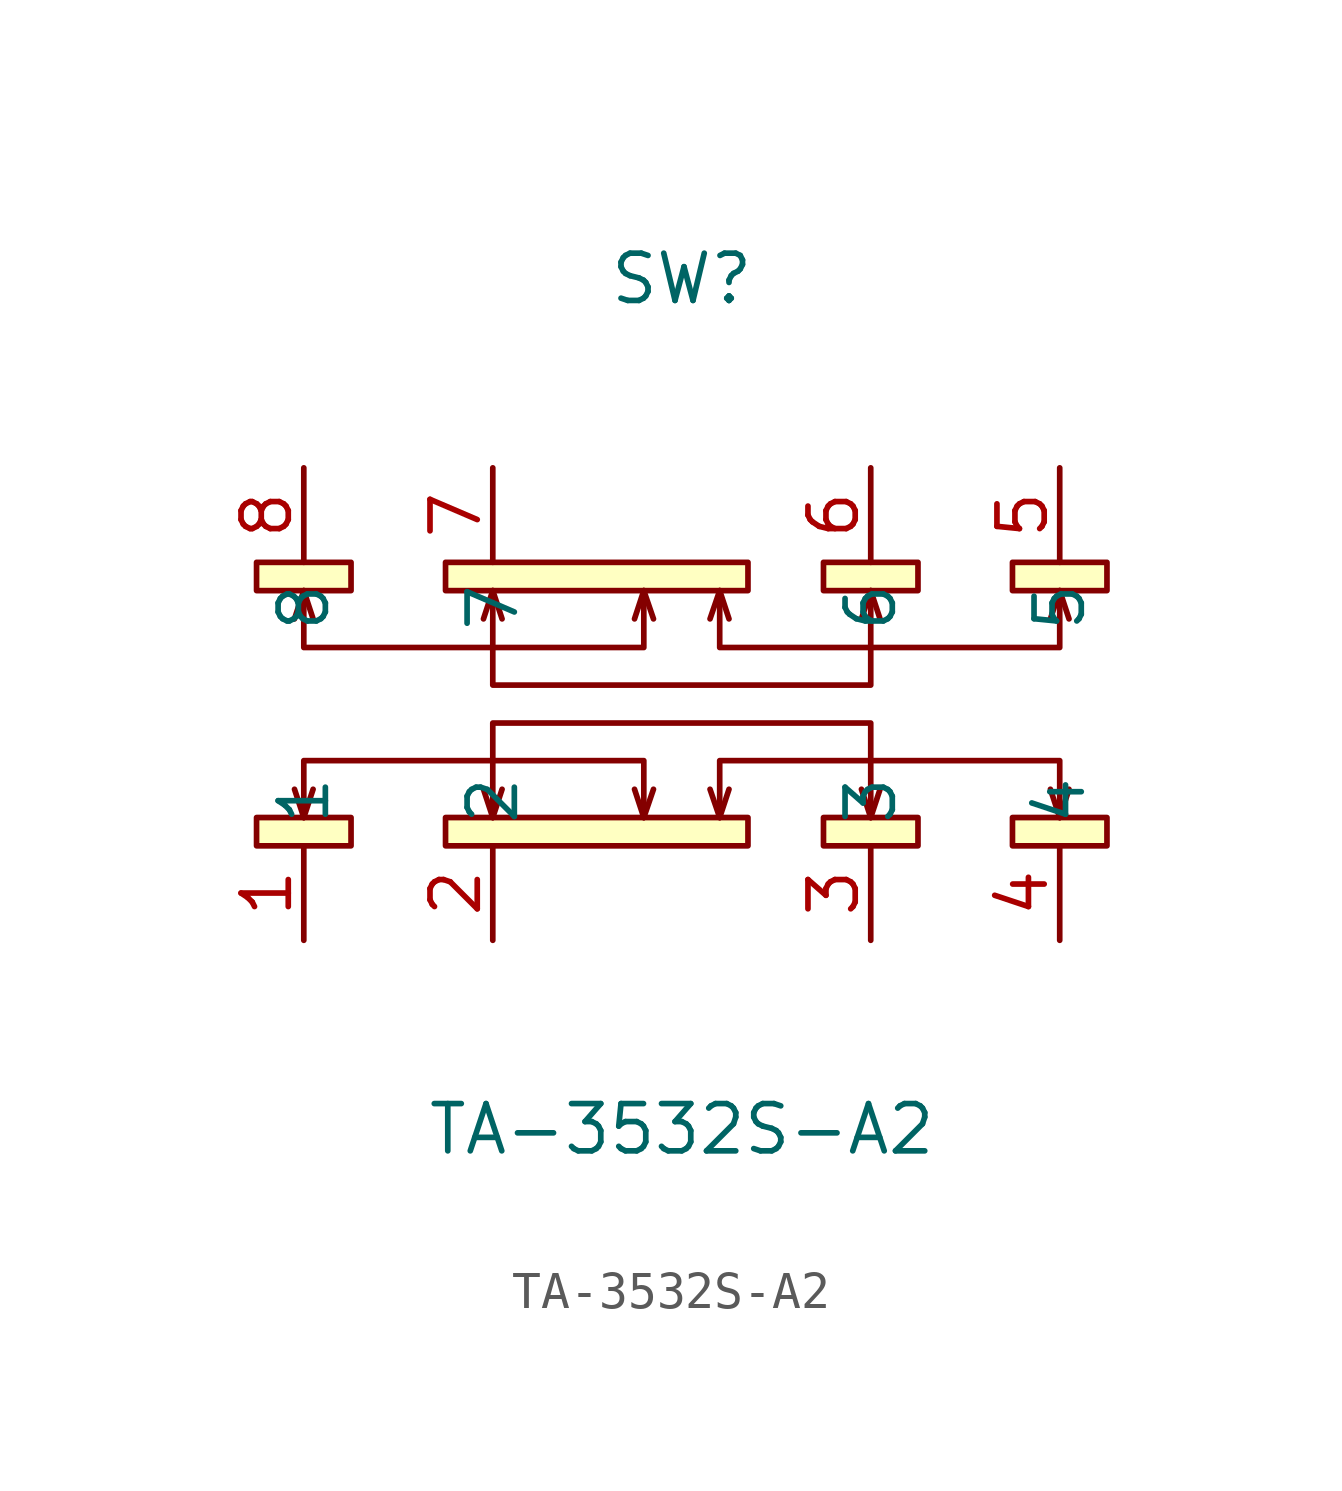
<source format=kicad_sym>
(kicad_symbol_lib
  (version 20211014)
  (generator https://github.com/uPesy/easyeda2kicad.py)
  (symbol "TA-3532S-A2"
    (property "Reference" "SW"
      (at 0 10.16 0)
      (effects (font (size 1.27 1.27))))
    (property "Value" "TA-3532S-A2"
      (at 0 -12.70 0)
      (effects (font (size 1.27 1.27))))
    (symbol "TA-3532S-A2_0_1"
      (rectangle (start -11.43 2.54) (end -8.89 1.78) (stroke (width 0) (type default) (color 0 0 0 0)) (fill (type background)))
      (rectangle (start -6.35 2.54) (end 1.78 1.78) (stroke (width 0) (type default) (color 0 0 0 0)) (fill (type background)))
      (rectangle (start 3.81 2.54) (end 6.35 1.78) (stroke (width 0) (type default) (color 0 0 0 0)) (fill (type background)))
      (rectangle (start 8.89 2.54) (end 11.43 1.78) (stroke (width 0) (type default) (color 0 0 0 0)) (fill (type background)))
      (rectangle (start -11.43 -4.32) (end -8.89 -5.08) (stroke (width 0) (type default) (color 0 0 0 0)) (fill (type background)))
      (rectangle (start -6.35 -4.32) (end 1.78 -5.08) (stroke (width 0) (type default) (color 0 0 0 0)) (fill (type background)))
      (rectangle (start 3.81 -4.32) (end 6.35 -5.08) (stroke (width 0) (type default) (color 0 0 0 0)) (fill (type background)))
      (rectangle (start 8.89 -4.32) (end 11.43 -5.08) (stroke (width 0) (type default) (color 0 0 0 0)) (fill (type background)))
      (polyline (pts (xy -10.16 1.78) (xy -10.16 0.25) (xy -1.02 0.25) (xy -1.02 1.78)) (stroke (width 0) (type default) (color 0 0 0 0)) (fill (type none)))
      (polyline (pts (xy 1.02 1.78) (xy 1.02 0.25) (xy 10.16 0.25) (xy 10.16 1.78)) (stroke (width 0) (type default) (color 0 0 0 0)) (fill (type none)))
      (polyline (pts (xy -5.08 1.78) (xy -5.08 -0.76) (xy 5.08 -0.76) (xy 5.08 1.78)) (stroke (width 0) (type default) (color 0 0 0 0)) (fill (type none)))
      (polyline (pts (xy -5.08 -4.32) (xy -5.08 -1.78) (xy 5.08 -1.78) (xy 5.08 -4.32)) (stroke (width 0) (type default) (color 0 0 0 0)) (fill (type none)))
      (polyline (pts (xy 1.02 -4.32) (xy 1.02 -2.79) (xy 10.16 -2.79) (xy 10.16 -4.32)) (stroke (width 0) (type default) (color 0 0 0 0)) (fill (type none)))
      (polyline (pts (xy -10.16 -4.32) (xy -10.16 -2.79) (xy -1.02 -2.79) (xy -1.02 -4.32)) (stroke (width 0) (type default) (color 0 0 0 0)) (fill (type none)))
      (polyline (pts (xy -10.16 -4.32) (xy -10.41 -3.56)) (stroke (width 0) (type default) (color 0 0 0 0)) (fill (type none)))
      (polyline (pts (xy -10.16 -4.32) (xy -9.91 -3.56)) (stroke (width 0) (type default) (color 0 0 0 0)) (fill (type none)))
      (polyline (pts (xy -5.08 -4.32) (xy -5.33 -3.56)) (stroke (width 0) (type default) (color 0 0 0 0)) (fill (type none)))
      (polyline (pts (xy -5.08 -4.32) (xy -4.83 -3.56)) (stroke (width 0) (type default) (color 0 0 0 0)) (fill (type none)))
      (polyline (pts (xy -1.02 -4.32) (xy -1.27 -3.56)) (stroke (width 0) (type default) (color 0 0 0 0)) (fill (type none)))
      (polyline (pts (xy -1.02 -4.32) (xy -0.76 -3.56)) (stroke (width 0) (type default) (color 0 0 0 0)) (fill (type none)))
      (polyline (pts (xy 1.02 -4.32) (xy 0.76 -3.56)) (stroke (width 0) (type default) (color 0 0 0 0)) (fill (type none)))
      (polyline (pts (xy 1.02 -4.32) (xy 1.27 -3.56)) (stroke (width 0) (type default) (color 0 0 0 0)) (fill (type none)))
      (polyline (pts (xy 5.08 -4.32) (xy 5.33 -3.56)) (stroke (width 0) (type default) (color 0 0 0 0)) (fill (type none)))
      (polyline (pts (xy 5.08 -4.32) (xy 4.83 -3.56)) (stroke (width 0) (type default) (color 0 0 0 0)) (fill (type none)))
      (polyline (pts (xy 10.16 -4.32) (xy 10.41 -3.56)) (stroke (width 0) (type default) (color 0 0 0 0)) (fill (type none)))
      (polyline (pts (xy 10.16 -4.32) (xy 9.91 -3.56)) (stroke (width 0) (type default) (color 0 0 0 0)) (fill (type none)))
      (polyline (pts (xy 10.16 1.78) (xy 9.91 1.02)) (stroke (width 0) (type default) (color 0 0 0 0)) (fill (type none)))
      (polyline (pts (xy 10.16 1.78) (xy 10.41 1.02)) (stroke (width 0) (type default) (color 0 0 0 0)) (fill (type none)))
      (polyline (pts (xy 5.08 1.78) (xy 4.83 1.02)) (stroke (width 0) (type default) (color 0 0 0 0)) (fill (type none)))
      (polyline (pts (xy 5.08 1.78) (xy 5.33 1.02)) (stroke (width 0) (type default) (color 0 0 0 0)) (fill (type none)))
      (polyline (pts (xy 1.02 1.78) (xy 1.27 1.02)) (stroke (width 0) (type default) (color 0 0 0 0)) (fill (type none)))
      (polyline (pts (xy 1.02 1.78) (xy 0.76 1.02)) (stroke (width 0) (type default) (color 0 0 0 0)) (fill (type none)))
      (polyline (pts (xy -1.02 1.78) (xy -0.76 1.02)) (stroke (width 0) (type default) (color 0 0 0 0)) (fill (type none)))
      (polyline (pts (xy -1.02 1.78) (xy -1.27 1.02)) (stroke (width 0) (type default) (color 0 0 0 0)) (fill (type none)))
      (polyline (pts (xy -5.08 1.78) (xy -4.83 1.02)) (stroke (width 0) (type default) (color 0 0 0 0)) (fill (type none)))
      (polyline (pts (xy -5.08 1.78) (xy -5.33 1.02)) (stroke (width 0) (type default) (color 0 0 0 0)) (fill (type none)))
      (polyline (pts (xy -10.16 1.78) (xy -9.91 1.02)) (stroke (width 0) (type default) (color 0 0 0 0)) (fill (type none)))
      (polyline (pts (xy -10.16 1.78) (xy -10.41 1.02)) (stroke (width 0) (type default) (color 0 0 0 0)) (fill (type none)))
      (pin unspecified line (at -10.16 -7.62 90) (length 2.54) (name "1" (effects (font (size 1.27 1.27)))) (number "1" (effects (font (size 1.27 1.27)))))
      (pin unspecified line (at -5.08 -7.62 90) (length 2.54) (name "2" (effects (font (size 1.27 1.27)))) (number "2" (effects (font (size 1.27 1.27)))))
      (pin unspecified line (at 5.08 -7.62 90) (length 2.54) (name "3" (effects (font (size 1.27 1.27)))) (number "3" (effects (font (size 1.27 1.27)))))
      (pin unspecified line (at 10.16 -7.62 90) (length 2.54) (name "4" (effects (font (size 1.27 1.27)))) (number "4" (effects (font (size 1.27 1.27)))))
      (pin unspecified line (at 10.16 5.08 270) (length 2.54) (name "5" (effects (font (size 1.27 1.27)))) (number "5" (effects (font (size 1.27 1.27)))))
      (pin unspecified line (at 5.08 5.08 270) (length 2.54) (name "6" (effects (font (size 1.27 1.27)))) (number "6" (effects (font (size 1.27 1.27)))))
      (pin unspecified line (at -5.08 5.08 270) (length 2.54) (name "7" (effects (font (size 1.27 1.27)))) (number "7" (effects (font (size 1.27 1.27)))))
      (pin unspecified line (at -10.16 5.08 270) (length 2.54) (name "8" (effects (font (size 1.27 1.27)))) (number "8" (effects (font (size 1.27 1.27))))))))
</source>
